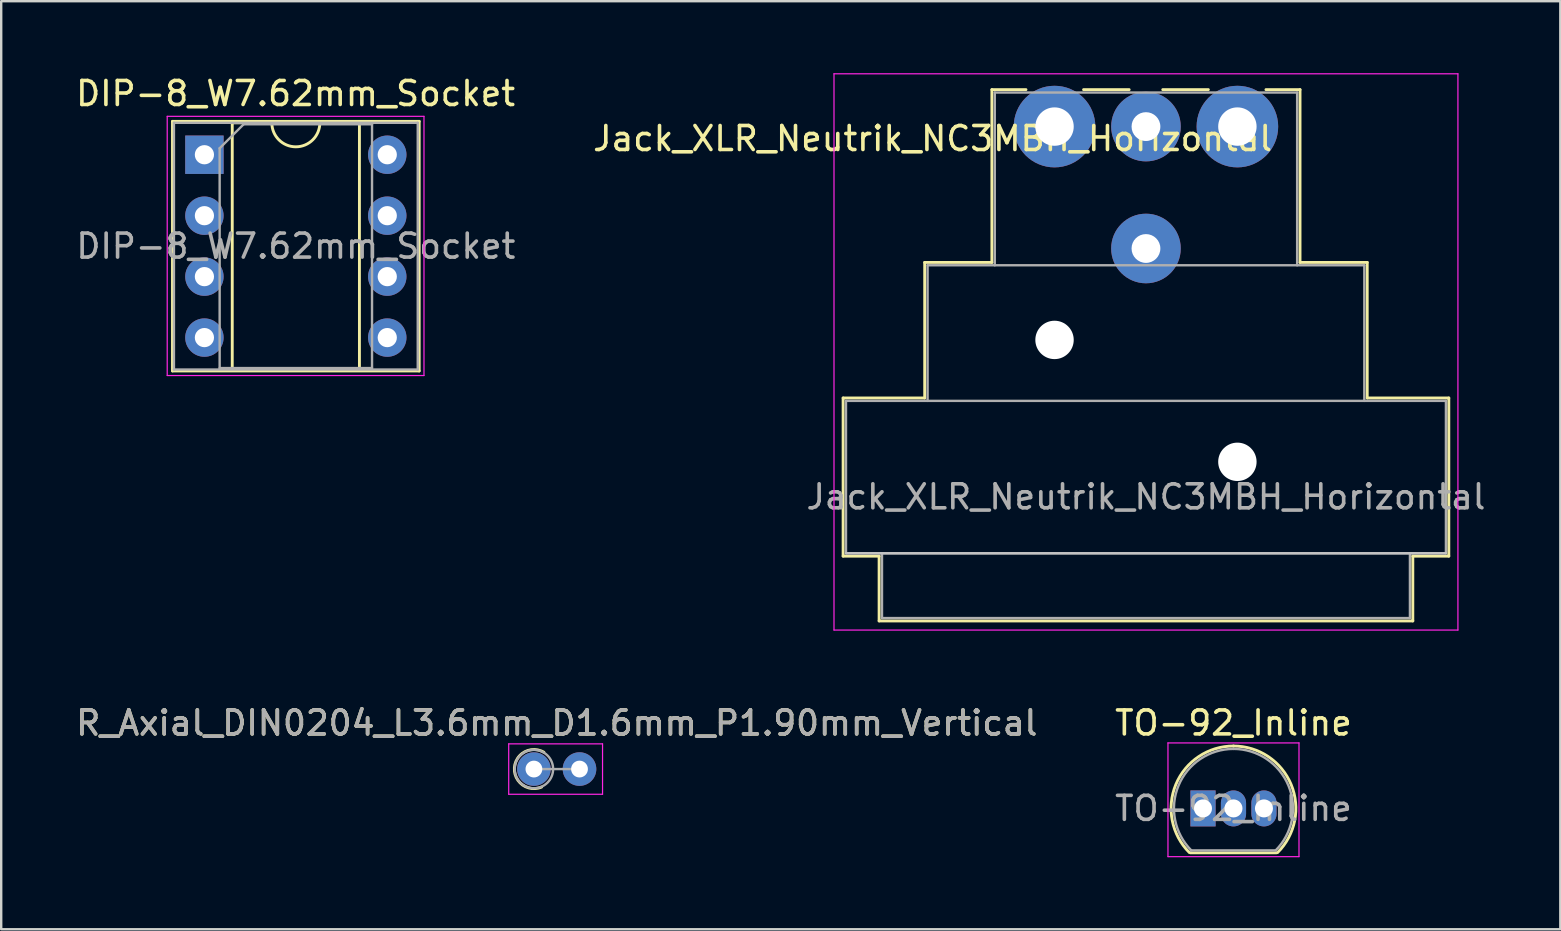
<source format=kicad_pcb>
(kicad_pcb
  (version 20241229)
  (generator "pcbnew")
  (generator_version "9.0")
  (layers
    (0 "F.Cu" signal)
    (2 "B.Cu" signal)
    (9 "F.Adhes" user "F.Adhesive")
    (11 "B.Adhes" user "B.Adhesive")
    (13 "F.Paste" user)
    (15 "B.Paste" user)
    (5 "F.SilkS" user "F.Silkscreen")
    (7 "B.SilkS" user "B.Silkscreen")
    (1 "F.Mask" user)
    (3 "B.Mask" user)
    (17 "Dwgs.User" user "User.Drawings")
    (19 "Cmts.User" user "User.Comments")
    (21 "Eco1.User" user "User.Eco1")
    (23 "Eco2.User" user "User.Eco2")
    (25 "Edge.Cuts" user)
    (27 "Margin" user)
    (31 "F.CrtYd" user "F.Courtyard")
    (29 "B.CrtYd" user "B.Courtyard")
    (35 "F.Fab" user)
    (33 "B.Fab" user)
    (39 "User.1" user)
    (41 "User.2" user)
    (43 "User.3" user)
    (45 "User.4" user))
  (footprint "R_Axial_DIN0204_L3.6mm_D1.6mm_P1.90mm_Vertical"
    (layer "F.Cu")
    (at 19.199 28.998)
    (property "Reference" "R_Axial_DIN0204_L3.6mm_D1.6mm_P1.90mm_Vertical" (at 0.95 -1.92 0) (layer "F.SilkS") (effects (font (size 1 1) (thickness 0.15))))
    (attr through_hole)
    (fp_arc (start 0.320095 0.749359) (mid -0.813042 -0.054435) (end 0.417133 -0.7) (stroke (width 0.12) (type solid)) (layer "F.SilkS"))
    (fp_line (start -1.05 -1.05) (end -1.05 1.05) (stroke (width 0.05) (type solid)) (layer "F.CrtYd"))
    (fp_line (start -1.05 1.05) (end 2.86 1.05) (stroke (width 0.05) (type solid)) (layer "F.CrtYd"))
    (fp_line (start 2.86 -1.05) (end -1.05 -1.05) (stroke (width 0.05) (type solid)) (layer "F.CrtYd"))
    (fp_line (start 2.86 1.05) (end 2.86 -1.05) (stroke (width 0.05) (type solid)) (layer "F.CrtYd"))
    (fp_line (start 0 0) (end 1.9 0) (stroke (width 0.1) (type solid)) (layer "F.Fab"))
    (fp_circle (center 0 0) (end 0.8 0) (stroke (width 0.1) (type solid)) (fill no) (layer "F.Fab"))
    (fp_text user "${REFERENCE}" (at 0.95 -1.92 0) (layer "F.Fab") (effects (font (size 1 1) (thickness 0.15))))
    (pad "1" thru_hole circle (at 0 0) (size 1.4 1.4) (drill 0.7) (layers "*.Cu" "*.Mask"))
    (pad "2" thru_hole oval (at 1.9 0) (size 1.4 1.4) (drill 0.7) (layers "*.Cu" "*.Mask")))
  (footprint "TO-92_Inline"
    (layer "F.Cu")
    (at 47.081 30.638)
    (property "Reference" "TO-92_Inline" (at 1.27 -3.56 0) (layer "F.SilkS") (effects (font (size 1 1) (thickness 0.15))))
    (attr through_hole)
    (fp_line (start -0.53 1.85) (end 3.07 1.85) (stroke (width 0.12) (type solid)) (layer "F.SilkS"))
    (fp_arc (start -0.568478 1.838478) (mid -1.132087 -0.994977) (end 1.27 -2.6) (stroke (width 0.12) (type solid)) (layer "F.SilkS"))
    (fp_arc (start 1.27 -2.6) (mid 3.672087 -0.994977) (end 3.108478 1.838478) (stroke (width 0.12) (type solid)) (layer "F.SilkS"))
    (fp_line (start -1.46 -2.73) (end -1.46 2.01) (stroke (width 0.05) (type solid)) (layer "F.CrtYd"))
    (fp_line (start -1.46 -2.73) (end 4 -2.73) (stroke (width 0.05) (type solid)) (layer "F.CrtYd"))
    (fp_line (start 4 2.01) (end -1.46 2.01) (stroke (width 0.05) (type solid)) (layer "F.CrtYd"))
    (fp_line (start 4 2.01) (end 4 -2.73) (stroke (width 0.05) (type solid)) (layer "F.CrtYd"))
    (fp_line (start -0.5 1.75) (end 3 1.75) (stroke (width 0.1) (type solid)) (layer "F.Fab"))
    (fp_arc (start -0.483625 1.753625) (mid -1.021221 -0.949055) (end 1.27 -2.48) (stroke (width 0.1) (type solid)) (layer "F.Fab"))
    (fp_arc (start 1.27 -2.48) (mid 3.561221 -0.949055) (end 3.023625 1.753625) (stroke (width 0.1) (type solid)) (layer "F.Fab"))
    (fp_text user "${REFERENCE}" (at 1.27 0 0) (layer "F.Fab") (effects (font (size 1 1) (thickness 0.15))))
    (pad "1" thru_hole rect (at 0 0) (size 1.05 1.5) (drill 0.75) (layers "*.Cu" "*.Mask"))
    (pad "2" thru_hole oval (at 1.27 0) (size 1.05 1.5) (drill 0.75) (layers "*.Cu" "*.Mask"))
    (pad "3" thru_hole oval (at 2.54 0) (size 1.05 1.5) (drill 0.75) (layers "*.Cu" "*.Mask")))
  (footprint "Jack_XLR_Neutrik_NC3MBH_Horizontal"
    (layer "F.Cu")
    (at 40.894 2.225)
    (property "Reference" "Jack_XLR_Neutrik_NC3MBH_Horizontal" (at -5.08 0.5 0) (layer "F.SilkS") (effects (font (size 1 1) (thickness 0.15))))
    (attr through_hole)
    (fp_line (start -8.81 11.31) (end -5.41 11.31) (stroke (width 0.12) (type solid)) (layer "F.SilkS"))
    (fp_line (start -8.81 17.9) (end -8.81 11.31) (stroke (width 0.12) (type solid)) (layer "F.SilkS"))
    (fp_line (start -7.31 17.9) (end -8.81 17.9) (stroke (width 0.12) (type solid)) (layer "F.SilkS"))
    (fp_line (start -7.31 17.9) (end -7.31 20.6) (stroke (width 0.12) (type solid)) (layer "F.SilkS"))
    (fp_line (start -5.41 11.31) (end -5.41 5.66) (stroke (width 0.12) (type solid)) (layer "F.SilkS"))
    (fp_line (start -2.61 5.66) (end -5.41 5.66) (stroke (width 0.12) (type solid)) (layer "F.SilkS"))
    (fp_line (start -2.61 5.66) (end -2.61 -1.54) (stroke (width 0.12) (type solid)) (layer "F.SilkS"))
    (fp_line (start -1.19 -1.54) (end -2.61 -1.54) (stroke (width 0.12) (type solid)) (layer "F.SilkS"))
    (fp_line (start 3.11 -1.54) (end 1.21 -1.54) (stroke (width 0.12) (type solid)) (layer "F.SilkS"))
    (fp_line (start 4.51 -1.54) (end 6.41 -1.54) (stroke (width 0.12) (type solid)) (layer "F.SilkS"))
    (fp_line (start 10.23 -1.54) (end 8.81 -1.54) (stroke (width 0.12) (type solid)) (layer "F.SilkS"))
    (fp_line (start 10.23 5.66) (end 10.23 -1.54) (stroke (width 0.12) (type solid)) (layer "F.SilkS"))
    (fp_line (start 10.23 5.66) (end 13.03 5.66) (stroke (width 0.12) (type solid)) (layer "F.SilkS"))
    (fp_line (start 13.03 11.31) (end 13.03 5.66) (stroke (width 0.12) (type solid)) (layer "F.SilkS"))
    (fp_line (start 13.03 11.31) (end 16.43 11.31) (stroke (width 0.12) (type solid)) (layer "F.SilkS"))
    (fp_line (start 14.93 17.9) (end 14.93 20.6) (stroke (width 0.12) (type solid)) (layer "F.SilkS"))
    (fp_line (start 14.93 20.6) (end -7.31 20.6) (stroke (width 0.12) (type solid)) (layer "F.SilkS"))
    (fp_line (start 16.43 17.9) (end 14.93 17.9) (stroke (width 0.12) (type solid)) (layer "F.SilkS"))
    (fp_line (start 16.43 17.9) (end 16.43 11.31) (stroke (width 0.12) (type solid)) (layer "F.SilkS"))
    (fp_line (start 16.31 17.78) (end -8.69 17.78) (stroke (width 0.1) (type solid)) (layer "Dwgs.User"))
    (fp_line (start -9.19 20.98) (end -9.19 -2.2) (stroke (width 0.05) (type solid)) (layer "F.CrtYd"))
    (fp_line (start 16.81 -2.2) (end -9.19 -2.2) (stroke (width 0.05) (type solid)) (layer "F.CrtYd"))
    (fp_line (start 16.81 20.98) (end -9.19 20.98) (stroke (width 0.05) (type solid)) (layer "F.CrtYd"))
    (fp_line (start 16.81 20.98) (end 16.81 -2.2) (stroke (width 0.05) (type solid)) (layer "F.CrtYd"))
    (fp_line (start -8.69 11.43) (end 16.31 11.43) (stroke (width 0.1) (type solid)) (layer "F.Fab"))
    (fp_line (start -8.69 17.78) (end -8.69 11.43) (stroke (width 0.1) (type solid)) (layer "F.Fab"))
    (fp_line (start -7.19 20.48) (end -7.19 17.78) (stroke (width 0.1) (type solid)) (layer "F.Fab"))
    (fp_line (start -5.29 5.78) (end -5.29 11.43) (stroke (width 0.1) (type solid)) (layer "F.Fab"))
    (fp_line (start -5.29 5.78) (end 12.91 5.78) (stroke (width 0.1) (type solid)) (layer "F.Fab"))
    (fp_line (start -2.49 5.78) (end -2.49 -1.42) (stroke (width 0.1) (type solid)) (layer "F.Fab"))
    (fp_line (start 10.11 -1.42) (end -2.49 -1.42) (stroke (width 0.1) (type solid)) (layer "F.Fab"))
    (fp_line (start 10.11 5.78) (end 10.11 -1.42) (stroke (width 0.1) (type solid)) (layer "F.Fab"))
    (fp_line (start 12.91 11.43) (end 12.91 5.78) (stroke (width 0.1) (type solid)) (layer "F.Fab"))
    (fp_line (start 14.81 17.78) (end 14.81 20.48) (stroke (width 0.1) (type solid)) (layer "F.Fab"))
    (fp_line (start 14.81 20.48) (end -7.19 20.48) (stroke (width 0.1) (type solid)) (layer "F.Fab"))
    (fp_line (start 16.31 11.43) (end 16.31 17.78) (stroke (width 0.1) (type solid)) (layer "F.Fab"))
    (fp_line (start 16.31 17.78) (end -8.69 17.78) (stroke (width 0.1) (type solid)) (layer "F.Fab"))
    (fp_text user "${REFERENCE}" (at 3.81 15.43 0) (layer "F.Fab") (effects (font (size 1 1) (thickness 0.15))))
    (pad "" np_thru_hole circle (at 0 8.89) (size 1.6 1.6) (drill 1.6) (layers "*.Cu" "*.Mask"))
    (pad "" np_thru_hole circle (at 7.62 13.97) (size 1.6 1.6) (drill 1.6) (layers "*.Cu" "*.Mask"))
    (pad "1" thru_hole circle (at 0 0) (size 3.4 3.4) (drill 1.6) (layers "*.Cu" "*.Mask"))
    (pad "2" thru_hole circle (at 7.62 0) (size 3.4 3.4) (drill 1.6) (layers "*.Cu" "*.Mask"))
    (pad "3" thru_hole circle (at 3.81 0) (size 2.9 2.9) (drill 1.2) (layers "*.Cu" "*.Mask"))
    (pad "G" thru_hole circle (at 3.81 5.08) (size 2.9 2.9) (drill 1.2) (layers "*.Cu" "*.Mask")))
  (footprint "DIP-8_W7.62mm_Socket"
    (layer "F.Cu")
    (at 5.468 3.398)
    (property "Reference" "DIP-8_W7.62mm_Socket" (at 3.8 -2.55 0) (layer "F.SilkS") (effects (font (size 1 1) (thickness 0.15))))
    (attr through_hole)
    (fp_line (start -1.33 -1.39) (end -1.33 9.01) (stroke (width 0.12) (type solid)) (layer "F.SilkS"))
    (fp_line (start -1.33 9.01) (end 8.95 9.01) (stroke (width 0.12) (type solid)) (layer "F.SilkS"))
    (fp_line (start 1.16 -1.33) (end 1.16 8.95) (stroke (width 0.12) (type solid)) (layer "F.SilkS"))
    (fp_line (start 1.16 8.95) (end 6.46 8.95) (stroke (width 0.12) (type solid)) (layer "F.SilkS"))
    (fp_line (start 2.81 -1.33) (end 1.16 -1.33) (stroke (width 0.12) (type solid)) (layer "F.SilkS"))
    (fp_line (start 6.46 -1.33) (end 4.81 -1.33) (stroke (width 0.12) (type solid)) (layer "F.SilkS"))
    (fp_line (start 6.46 8.95) (end 6.46 -1.33) (stroke (width 0.12) (type solid)) (layer "F.SilkS"))
    (fp_line (start 8.95 -1.39) (end -1.33 -1.39) (stroke (width 0.12) (type solid)) (layer "F.SilkS"))
    (fp_line (start 8.95 9.01) (end 8.95 -1.39) (stroke (width 0.12) (type solid)) (layer "F.SilkS"))
    (fp_arc (start 4.81 -1.33) (mid 3.81 -0.33) (end 2.81 -1.33) (stroke (width 0.12) (type solid)) (layer "F.SilkS"))
    (fp_line (start -1.55 -1.6) (end -1.55 9.2) (stroke (width 0.05) (type solid)) (layer "F.CrtYd"))
    (fp_line (start -1.55 9.2) (end 9.15 9.2) (stroke (width 0.05) (type solid)) (layer "F.CrtYd"))
    (fp_line (start 9.15 -1.6) (end -1.55 -1.6) (stroke (width 0.05) (type solid)) (layer "F.CrtYd"))
    (fp_line (start 9.15 9.2) (end 9.15 -1.6) (stroke (width 0.05) (type solid)) (layer "F.CrtYd"))
    (fp_line (start -1.27 -1.33) (end -1.27 8.95) (stroke (width 0.1) (type solid)) (layer "F.Fab"))
    (fp_line (start -1.27 8.95) (end 8.89 8.95) (stroke (width 0.1) (type solid)) (layer "F.Fab"))
    (fp_line (start 0.635 -0.27) (end 1.635 -1.27) (stroke (width 0.1) (type solid)) (layer "F.Fab"))
    (fp_line (start 0.635 8.89) (end 0.635 -0.27) (stroke (width 0.1) (type solid)) (layer "F.Fab"))
    (fp_line (start 1.635 -1.27) (end 6.985 -1.27) (stroke (width 0.1) (type solid)) (layer "F.Fab"))
    (fp_line (start 6.985 -1.27) (end 6.985 8.89) (stroke (width 0.1) (type solid)) (layer "F.Fab"))
    (fp_line (start 6.985 8.89) (end 0.635 8.89) (stroke (width 0.1) (type solid)) (layer "F.Fab"))
    (fp_line (start 8.89 -1.33) (end -1.27 -1.33) (stroke (width 0.1) (type solid)) (layer "F.Fab"))
    (fp_line (start 8.89 8.95) (end 8.89 -1.33) (stroke (width 0.1) (type solid)) (layer "F.Fab"))
    (fp_text user "${REFERENCE}" (at 3.81 3.81 0) (layer "F.Fab") (effects (font (size 1 1) (thickness 0.15))))
    (pad "1" thru_hole rect (at 0 0) (size 1.6 1.6) (drill 0.8) (layers "*.Cu" "*.Mask"))
    (pad "2" thru_hole oval (at 0 2.54) (size 1.6 1.6) (drill 0.8) (layers "*.Cu" "*.Mask"))
    (pad "3" thru_hole oval (at 0 5.08) (size 1.6 1.6) (drill 0.8) (layers "*.Cu" "*.Mask"))
    (pad "4" thru_hole oval (at 0 7.62) (size 1.6 1.6) (drill 0.8) (layers "*.Cu" "*.Mask"))
    (pad "5" thru_hole oval (at 7.62 7.62) (size 1.6 1.6) (drill 0.8) (layers "*.Cu" "*.Mask"))
    (pad "6" thru_hole oval (at 7.62 5.08) (size 1.6 1.6) (drill 0.8) (layers "*.Cu" "*.Mask"))
    (pad "7" thru_hole oval (at 7.62 2.54) (size 1.6 1.6) (drill 0.8) (layers "*.Cu" "*.Mask"))
    (pad "8" thru_hole oval (at 7.62 0) (size 1.6 1.6) (drill 0.8) (layers "*.Cu" "*.Mask")))
  (gr_rect
    (start -3 -3)
    (end 61.971 35.673)
    (stroke (width 0.1) (type default))
    (fill no)
    (layer "Edge.Cuts")))
</source>
